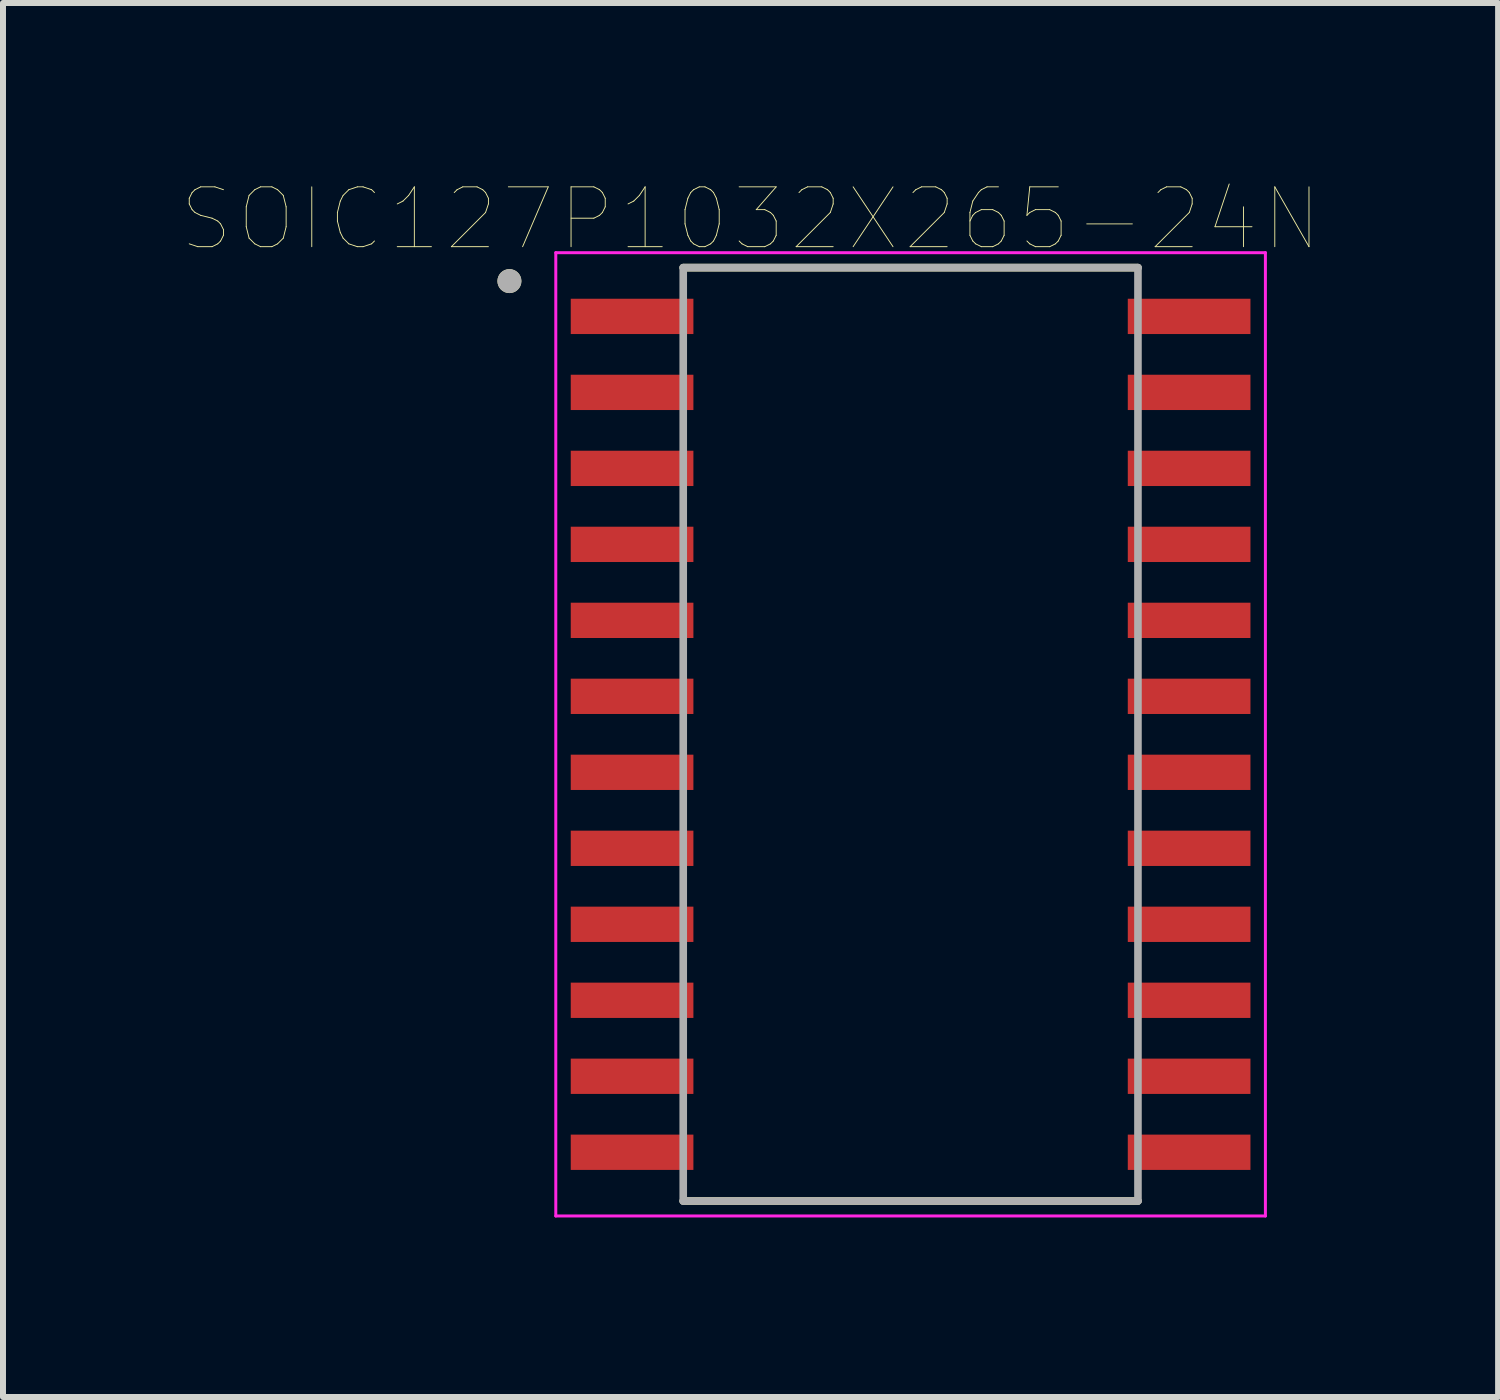
<source format=kicad_pcb>
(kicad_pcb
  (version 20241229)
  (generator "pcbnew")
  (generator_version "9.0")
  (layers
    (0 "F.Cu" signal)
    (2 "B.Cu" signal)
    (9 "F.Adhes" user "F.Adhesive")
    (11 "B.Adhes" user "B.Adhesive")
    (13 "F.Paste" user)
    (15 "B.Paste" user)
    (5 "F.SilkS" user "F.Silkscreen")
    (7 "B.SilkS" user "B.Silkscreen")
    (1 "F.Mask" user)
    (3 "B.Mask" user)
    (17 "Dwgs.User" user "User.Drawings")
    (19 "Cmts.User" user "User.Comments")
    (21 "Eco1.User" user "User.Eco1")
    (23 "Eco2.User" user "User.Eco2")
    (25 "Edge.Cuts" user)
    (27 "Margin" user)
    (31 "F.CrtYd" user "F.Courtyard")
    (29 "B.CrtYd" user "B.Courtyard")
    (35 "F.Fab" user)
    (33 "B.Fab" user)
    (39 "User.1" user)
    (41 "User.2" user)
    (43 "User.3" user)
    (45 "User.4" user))
  (footprint "SOIC127P1032X265-24N"
    (layer "F.Cu")
    (at 12.169 9.223)
    (property "Reference" "SOIC127P1032X265-24N" (at -2.675 -8.612 0) (layer "F.SilkS") (effects (font (size 1 1) (thickness 0.015))))
    (attr through_hole)
    (fp_line (start -3.8 -7.8) (end 3.8 -7.8) (stroke (width 0.127) (type solid)) (layer "F.SilkS"))
    (fp_line (start -3.8 7.8) (end 3.8 7.8) (stroke (width 0.127) (type solid)) (layer "F.SilkS"))
    (fp_circle (center -6.705 -7.575) (end -6.605 -7.575) (stroke (width 0.2) (type solid)) (fill no) (layer "F.SilkS"))
    (fp_line (start -5.93 -8.05) (end -5.93 8.05) (stroke (width 0.05) (type solid)) (layer "F.CrtYd"))
    (fp_line (start -5.93 -8.05) (end 5.93 -8.05) (stroke (width 0.05) (type solid)) (layer "F.CrtYd"))
    (fp_line (start -5.93 8.05) (end 5.93 8.05) (stroke (width 0.05) (type solid)) (layer "F.CrtYd"))
    (fp_line (start 5.93 -8.05) (end 5.93 8.05) (stroke (width 0.05) (type solid)) (layer "F.CrtYd"))
    (fp_line (start -3.8 -7.8) (end -3.8 7.8) (stroke (width 0.127) (type solid)) (layer "F.Fab"))
    (fp_line (start -3.8 -7.8) (end 3.8 -7.8) (stroke (width 0.127) (type solid)) (layer "F.Fab"))
    (fp_line (start -3.8 7.8) (end 3.8 7.8) (stroke (width 0.127) (type solid)) (layer "F.Fab"))
    (fp_line (start 3.8 -7.8) (end 3.8 7.8) (stroke (width 0.127) (type solid)) (layer "F.Fab"))
    (fp_circle (center -6.705 -7.575) (end -6.605 -7.575) (stroke (width 0.2) (type solid)) (fill no) (layer "F.Fab"))
    (pad "1" smd rect (at -4.655 -6.985) (size 2.05 0.59) (layers "F.Cu" "F.Mask" "F.Paste"))
    (pad "2" smd rect (at -4.655 -5.715) (size 2.05 0.59) (layers "F.Cu" "F.Mask" "F.Paste"))
    (pad "3" smd rect (at -4.655 -4.445) (size 2.05 0.59) (layers "F.Cu" "F.Mask" "F.Paste"))
    (pad "4" smd rect (at -4.655 -3.175) (size 2.05 0.59) (layers "F.Cu" "F.Mask" "F.Paste"))
    (pad "5" smd rect (at -4.655 -1.905) (size 2.05 0.59) (layers "F.Cu" "F.Mask" "F.Paste"))
    (pad "6" smd rect (at -4.655 -0.635) (size 2.05 0.59) (layers "F.Cu" "F.Mask" "F.Paste"))
    (pad "7" smd rect (at -4.655 0.635) (size 2.05 0.59) (layers "F.Cu" "F.Mask" "F.Paste"))
    (pad "8" smd rect (at -4.655 1.905) (size 2.05 0.59) (layers "F.Cu" "F.Mask" "F.Paste"))
    (pad "9" smd rect (at -4.655 3.175) (size 2.05 0.59) (layers "F.Cu" "F.Mask" "F.Paste"))
    (pad "10" smd rect (at -4.655 4.445) (size 2.05 0.59) (layers "F.Cu" "F.Mask" "F.Paste"))
    (pad "11" smd rect (at -4.655 5.715) (size 2.05 0.59) (layers "F.Cu" "F.Mask" "F.Paste"))
    (pad "12" smd rect (at -4.655 6.985) (size 2.05 0.59) (layers "F.Cu" "F.Mask" "F.Paste"))
    (pad "13" smd rect (at 4.655 6.985) (size 2.05 0.59) (layers "F.Cu" "F.Mask" "F.Paste"))
    (pad "14" smd rect (at 4.655 5.715) (size 2.05 0.59) (layers "F.Cu" "F.Mask" "F.Paste"))
    (pad "15" smd rect (at 4.655 4.445) (size 2.05 0.59) (layers "F.Cu" "F.Mask" "F.Paste"))
    (pad "16" smd rect (at 4.655 3.175) (size 2.05 0.59) (layers "F.Cu" "F.Mask" "F.Paste"))
    (pad "17" smd rect (at 4.655 1.905) (size 2.05 0.59) (layers "F.Cu" "F.Mask" "F.Paste"))
    (pad "18" smd rect (at 4.655 0.635) (size 2.05 0.59) (layers "F.Cu" "F.Mask" "F.Paste"))
    (pad "19" smd rect (at 4.655 -0.635) (size 2.05 0.59) (layers "F.Cu" "F.Mask" "F.Paste"))
    (pad "20" smd rect (at 4.655 -1.905) (size 2.05 0.59) (layers "F.Cu" "F.Mask" "F.Paste"))
    (pad "21" smd rect (at 4.655 -3.175) (size 2.05 0.59) (layers "F.Cu" "F.Mask" "F.Paste"))
    (pad "22" smd rect (at 4.655 -4.445) (size 2.05 0.59) (layers "F.Cu" "F.Mask" "F.Paste"))
    (pad "23" smd rect (at 4.655 -5.715) (size 2.05 0.59) (layers "F.Cu" "F.Mask" "F.Paste"))
    (pad "24" smd rect (at 4.655 -6.985) (size 2.05 0.59) (layers "F.Cu" "F.Mask" "F.Paste")))
  (gr_rect
    (start -3 -3)
    (end 21.988 20.298)
    (stroke (width 0.1) (type default))
    (fill no)
    (layer "Edge.Cuts")))
</source>
